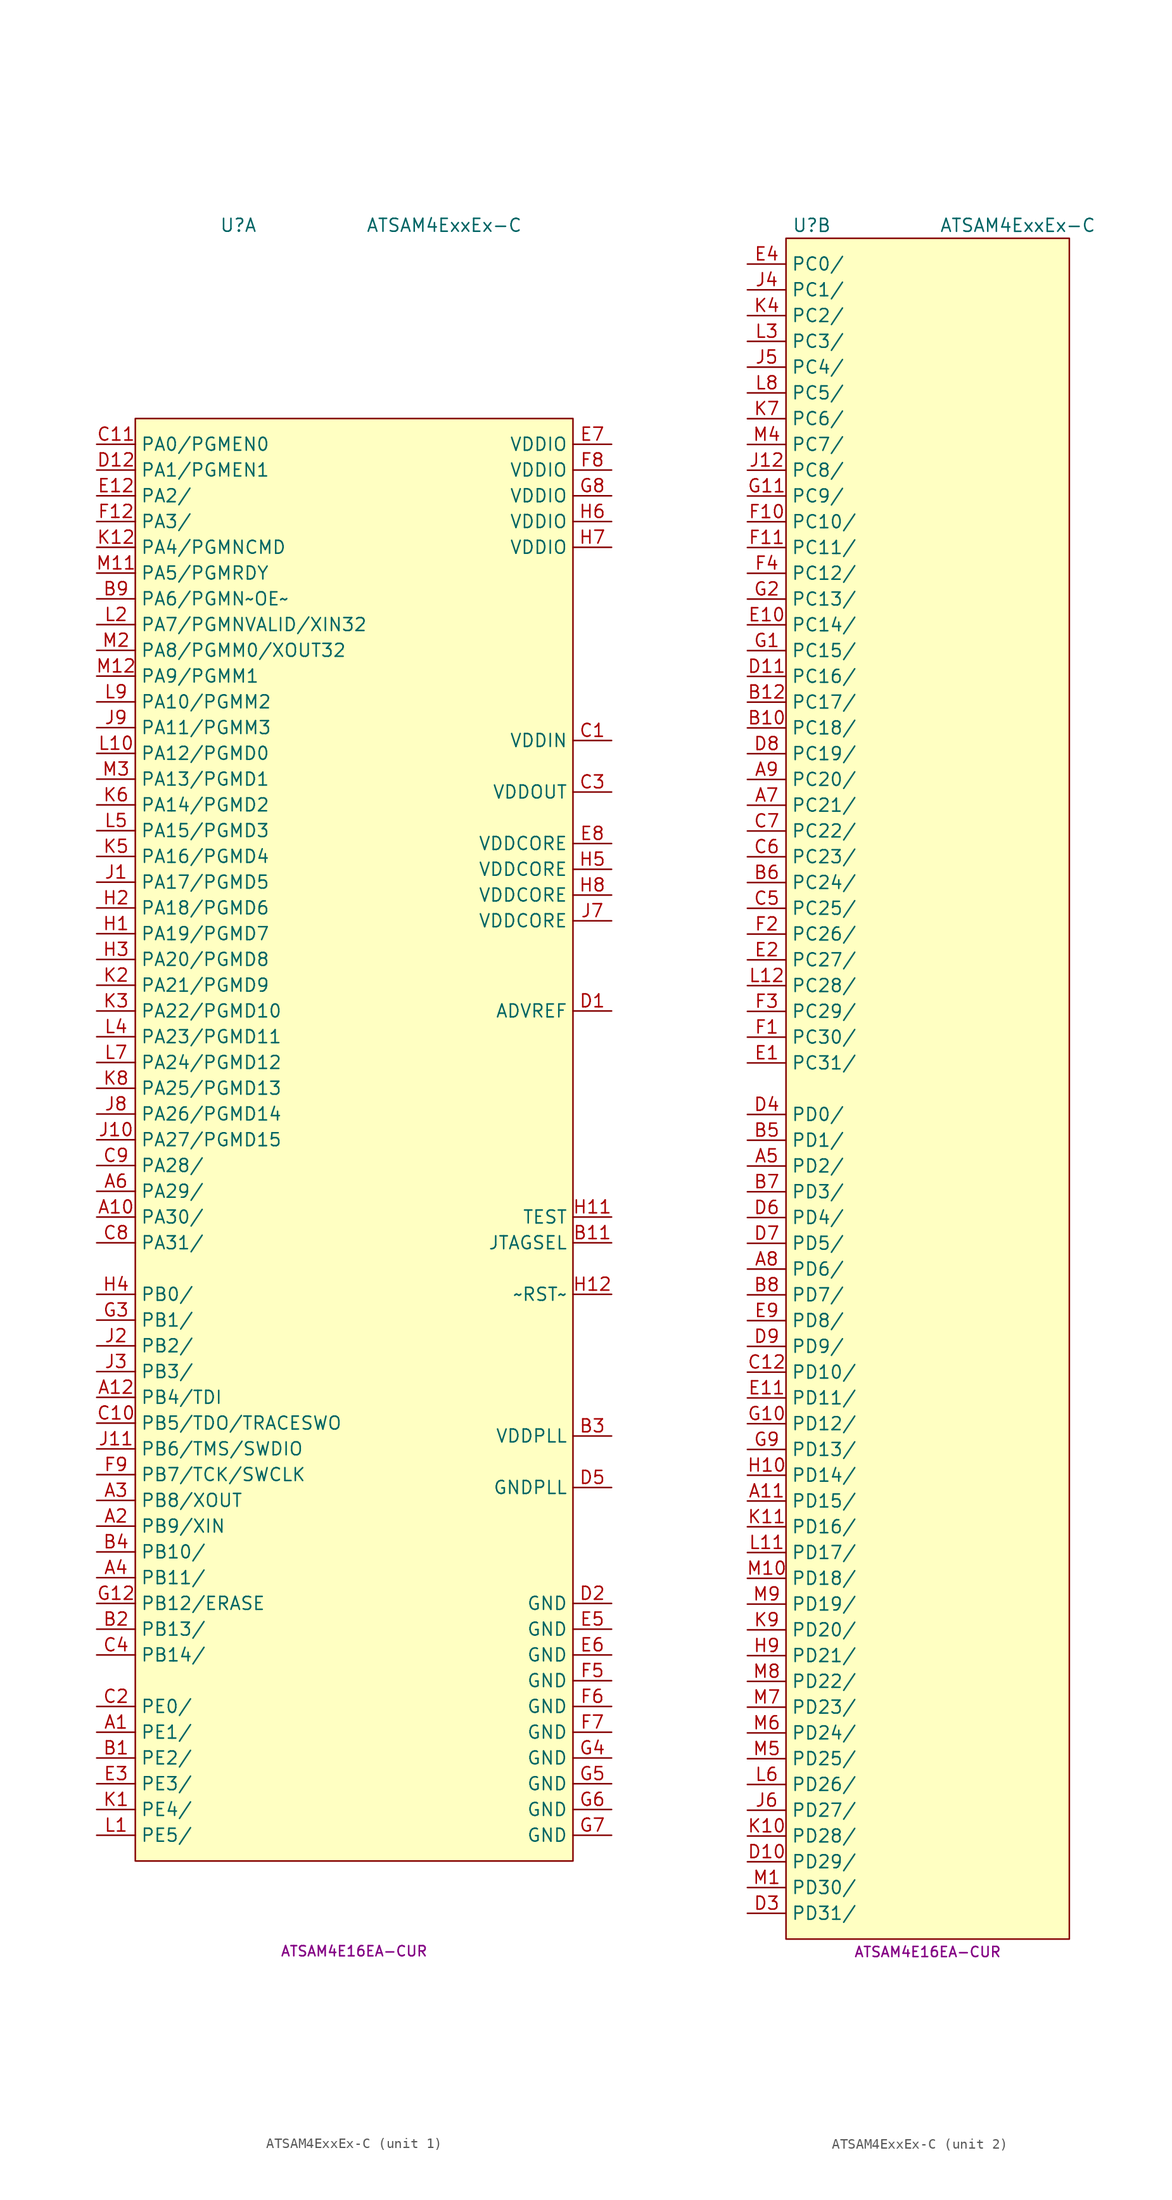
<source format=kicad_sym>
(kicad_symbol_lib
  (version 20231120)
  (generator "kicad_symbol_editor")
  (generator_version "8.0")
  (symbol "ATSAM4ExxEx-C"
    (property "Reference" "U"
      (at -11.43 85.09 0)
      (effects (font (size 1.27 1.27))))
    (property "Value" "ATSAM4ExxEx-C"
      (at 8.89 85.09 0)
      (effects (font (size 1.27 1.27))))
    (property "MPN" "ATSAM4E16EA-CUR"
      (at 0 -85.09 0)
      (effects (font (size 1 1))))
    (property "ki_locked" ""
      (at 0 0 0)
      (effects (font (size 1.27 1.27))))
    (symbol "ATSAM4ExxEx-C_1_1"
      (rectangle (start -21.59 -76.2) (end 21.59 66.04) (stroke (width 0.152) (type default)) (fill (type background)))
      (pin bidirectional line (at -25.4 -63.5 0) (length 3.81) (name "PE1/" (effects (font (size 1.27 1.27)))) (number "A1" (effects (font (size 1.27 1.27)))))
      (pin bidirectional line (at -25.4 -12.7 0) (length 3.81) (name "PA30/" (effects (font (size 1.27 1.27)))) (number "A10" (effects (font (size 1.27 1.27)))))
      (pin bidirectional line (at -25.4 -30.48 0) (length 3.81) (name "PB4/TDI" (effects (font (size 1.27 1.27)))) (number "A12" (effects (font (size 1.27 1.27)))))
      (pin bidirectional line (at -25.4 -43.18 0) (length 3.81) (name "PB9/XIN" (effects (font (size 1.27 1.27)))) (number "A2" (effects (font (size 1.27 1.27)))))
      (pin bidirectional line (at -25.4 -40.64 0) (length 3.81) (name "PB8/XOUT" (effects (font (size 1.27 1.27)))) (number "A3" (effects (font (size 1.27 1.27)))))
      (pin bidirectional line (at -25.4 -48.26 0) (length 3.81) (name "PB11/" (effects (font (size 1.27 1.27)))) (number "A4" (effects (font (size 1.27 1.27)))))
      (pin bidirectional line (at -25.4 -10.16 0) (length 3.81) (name "PA29/" (effects (font (size 1.27 1.27)))) (number "A6" (effects (font (size 1.27 1.27)))))
      (pin bidirectional line (at -25.4 -66.04 0) (length 3.81) (name "PE2/" (effects (font (size 1.27 1.27)))) (number "B1" (effects (font (size 1.27 1.27)))))
      (pin input line (at 25.4 -15.24 180) (length 3.81) (name "JTAGSEL" (effects (font (size 1.27 1.27)))) (number "B11" (effects (font (size 1.27 1.27)))))
      (pin bidirectional line (at -25.4 -53.34 0) (length 3.81) (name "PB13/" (effects (font (size 1.27 1.27)))) (number "B2" (effects (font (size 1.27 1.27)))))
      (pin power_in line (at 25.4 -34.29 180) (length 3.81) (name "VDDPLL" (effects (font (size 1.27 1.27)))) (number "B3" (effects (font (size 1.27 1.27)))))
      (pin bidirectional line (at -25.4 -45.72 0) (length 3.81) (name "PB10/" (effects (font (size 1.27 1.27)))) (number "B4" (effects (font (size 1.27 1.27)))))
      (pin bidirectional line (at -25.4 48.26 0) (length 3.81) (name "PA6/PGMN~OE~" (effects (font (size 1.27 1.27)))) (number "B9" (effects (font (size 1.27 1.27)))))
      (pin power_in line (at 25.4 34.29 180) (length 3.81) (name "VDDIN" (effects (font (size 1.27 1.27)))) (number "C1" (effects (font (size 1.27 1.27)))))
      (pin bidirectional line (at -25.4 -33.02 0) (length 3.81) (name "PB5/TDO/TRACESWO" (effects (font (size 1.27 1.27)))) (number "C10" (effects (font (size 1.27 1.27)))))
      (pin bidirectional line (at -25.4 63.5 0) (length 3.81) (name "PA0/PGMEN0" (effects (font (size 1.27 1.27)))) (number "C11" (effects (font (size 1.27 1.27)))))
      (pin bidirectional line (at -25.4 -60.96 0) (length 3.81) (name "PE0/" (effects (font (size 1.27 1.27)))) (number "C2" (effects (font (size 1.27 1.27)))))
      (pin power_out line (at 25.4 29.21 180) (length 3.81) (name "VDDOUT" (effects (font (size 1.27 1.27)))) (number "C3" (effects (font (size 1.27 1.27)))))
      (pin bidirectional line (at -25.4 -55.88 0) (length 3.81) (name "PB14/" (effects (font (size 1.27 1.27)))) (number "C4" (effects (font (size 1.27 1.27)))))
      (pin bidirectional line (at -25.4 -15.24 0) (length 3.81) (name "PA31/" (effects (font (size 1.27 1.27)))) (number "C8" (effects (font (size 1.27 1.27)))))
      (pin bidirectional line (at -25.4 -7.62 0) (length 3.81) (name "PA28/" (effects (font (size 1.27 1.27)))) (number "C9" (effects (font (size 1.27 1.27)))))
      (pin power_in line (at 25.4 7.62 180) (length 3.81) (name "ADVREF" (effects (font (size 1.27 1.27)))) (number "D1" (effects (font (size 1.27 1.27)))))
      (pin bidirectional line (at -25.4 60.96 0) (length 3.81) (name "PA1/PGMEN1" (effects (font (size 1.27 1.27)))) (number "D12" (effects (font (size 1.27 1.27)))))
      (pin power_in line (at 25.4 -50.8 180) (length 3.81) (name "GND" (effects (font (size 1.27 1.27)))) (number "D2" (effects (font (size 1.27 1.27)))))
      (pin power_in line (at 25.4 -39.37 180) (length 3.81) (name "GNDPLL" (effects (font (size 1.27 1.27)))) (number "D5" (effects (font (size 1.27 1.27)))))
      (pin bidirectional line (at -25.4 58.42 0) (length 3.81) (name "PA2/" (effects (font (size 1.27 1.27)))) (number "E12" (effects (font (size 1.27 1.27)))))
      (pin bidirectional line (at -25.4 -68.58 0) (length 3.81) (name "PE3/" (effects (font (size 1.27 1.27)))) (number "E3" (effects (font (size 1.27 1.27)))))
      (pin power_in line (at 25.4 -53.34 180) (length 3.81) (name "GND" (effects (font (size 1.27 1.27)))) (number "E5" (effects (font (size 1.27 1.27)))))
      (pin power_in line (at 25.4 -55.88 180) (length 3.81) (name "GND" (effects (font (size 1.27 1.27)))) (number "E6" (effects (font (size 1.27 1.27)))))
      (pin power_in line (at 25.4 63.5 180) (length 3.81) (name "VDDIO" (effects (font (size 1.27 1.27)))) (number "E7" (effects (font (size 1.27 1.27)))))
      (pin power_in line (at 25.4 24.13 180) (length 3.81) (name "VDDCORE" (effects (font (size 1.27 1.27)))) (number "E8" (effects (font (size 1.27 1.27)))))
      (pin bidirectional line (at -25.4 55.88 0) (length 3.81) (name "PA3/" (effects (font (size 1.27 1.27)))) (number "F12" (effects (font (size 1.27 1.27)))))
      (pin power_in line (at 25.4 -58.42 180) (length 3.81) (name "GND" (effects (font (size 1.27 1.27)))) (number "F5" (effects (font (size 1.27 1.27)))))
      (pin power_in line (at 25.4 -60.96 180) (length 3.81) (name "GND" (effects (font (size 1.27 1.27)))) (number "F6" (effects (font (size 1.27 1.27)))))
      (pin power_in line (at 25.4 -63.5 180) (length 3.81) (name "GND" (effects (font (size 1.27 1.27)))) (number "F7" (effects (font (size 1.27 1.27)))))
      (pin power_in line (at 25.4 60.96 180) (length 3.81) (name "VDDIO" (effects (font (size 1.27 1.27)))) (number "F8" (effects (font (size 1.27 1.27)))))
      (pin bidirectional line (at -25.4 -38.1 0) (length 3.81) (name "PB7/TCK/SWCLK" (effects (font (size 1.27 1.27)))) (number "F9" (effects (font (size 1.27 1.27)))))
      (pin bidirectional line (at -25.4 -50.8 0) (length 3.81) (name "PB12/ERASE" (effects (font (size 1.27 1.27)))) (number "G12" (effects (font (size 1.27 1.27)))))
      (pin bidirectional line (at -25.4 -22.86 0) (length 3.81) (name "PB1/" (effects (font (size 1.27 1.27)))) (number "G3" (effects (font (size 1.27 1.27)))))
      (pin power_in line (at 25.4 -66.04 180) (length 3.81) (name "GND" (effects (font (size 1.27 1.27)))) (number "G4" (effects (font (size 1.27 1.27)))))
      (pin power_in line (at 25.4 -68.58 180) (length 3.81) (name "GND" (effects (font (size 1.27 1.27)))) (number "G5" (effects (font (size 1.27 1.27)))))
      (pin power_in line (at 25.4 -71.12 180) (length 3.81) (name "GND" (effects (font (size 1.27 1.27)))) (number "G6" (effects (font (size 1.27 1.27)))))
      (pin power_in line (at 25.4 -73.66 180) (length 3.81) (name "GND" (effects (font (size 1.27 1.27)))) (number "G7" (effects (font (size 1.27 1.27)))))
      (pin power_in line (at 25.4 58.42 180) (length 3.81) (name "VDDIO" (effects (font (size 1.27 1.27)))) (number "G8" (effects (font (size 1.27 1.27)))))
      (pin bidirectional line (at -25.4 15.24 0) (length 3.81) (name "PA19/PGMD7" (effects (font (size 1.27 1.27)))) (number "H1" (effects (font (size 1.27 1.27)))))
      (pin input line (at 25.4 -12.7 180) (length 3.81) (name "TEST" (effects (font (size 1.27 1.27)))) (number "H11" (effects (font (size 1.27 1.27)))))
      (pin input line (at 25.4 -20.32 180) (length 3.81) (name "~RST~" (effects (font (size 1.27 1.27)))) (number "H12" (effects (font (size 1.27 1.27)))))
      (pin bidirectional line (at -25.4 17.78 0) (length 3.81) (name "PA18/PGMD6" (effects (font (size 1.27 1.27)))) (number "H2" (effects (font (size 1.27 1.27)))))
      (pin bidirectional line (at -25.4 12.7 0) (length 3.81) (name "PA20/PGMD8" (effects (font (size 1.27 1.27)))) (number "H3" (effects (font (size 1.27 1.27)))))
      (pin bidirectional line (at -25.4 -20.32 0) (length 3.81) (name "PB0/" (effects (font (size 1.27 1.27)))) (number "H4" (effects (font (size 1.27 1.27)))))
      (pin power_in line (at 25.4 21.59 180) (length 3.81) (name "VDDCORE" (effects (font (size 1.27 1.27)))) (number "H5" (effects (font (size 1.27 1.27)))))
      (pin power_in line (at 25.4 55.88 180) (length 3.81) (name "VDDIO" (effects (font (size 1.27 1.27)))) (number "H6" (effects (font (size 1.27 1.27)))))
      (pin power_in line (at 25.4 53.34 180) (length 3.81) (name "VDDIO" (effects (font (size 1.27 1.27)))) (number "H7" (effects (font (size 1.27 1.27)))))
      (pin power_in line (at 25.4 19.05 180) (length 3.81) (name "VDDCORE" (effects (font (size 1.27 1.27)))) (number "H8" (effects (font (size 1.27 1.27)))))
      (pin bidirectional line (at -25.4 20.32 0) (length 3.81) (name "PA17/PGMD5" (effects (font (size 1.27 1.27)))) (number "J1" (effects (font (size 1.27 1.27)))))
      (pin bidirectional line (at -25.4 -5.08 0) (length 3.81) (name "PA27/PGMD15" (effects (font (size 1.27 1.27)))) (number "J10" (effects (font (size 1.27 1.27)))))
      (pin bidirectional line (at -25.4 -35.56 0) (length 3.81) (name "PB6/TMS/SWDIO" (effects (font (size 1.27 1.27)))) (number "J11" (effects (font (size 1.27 1.27)))))
      (pin bidirectional line (at -25.4 -25.4 0) (length 3.81) (name "PB2/" (effects (font (size 1.27 1.27)))) (number "J2" (effects (font (size 1.27 1.27)))))
      (pin bidirectional line (at -25.4 -27.94 0) (length 3.81) (name "PB3/" (effects (font (size 1.27 1.27)))) (number "J3" (effects (font (size 1.27 1.27)))))
      (pin power_in line (at 25.4 16.51 180) (length 3.81) (name "VDDCORE" (effects (font (size 1.27 1.27)))) (number "J7" (effects (font (size 1.27 1.27)))))
      (pin bidirectional line (at -25.4 -2.54 0) (length 3.81) (name "PA26/PGMD14" (effects (font (size 1.27 1.27)))) (number "J8" (effects (font (size 1.27 1.27)))))
      (pin bidirectional line (at -25.4 35.56 0) (length 3.81) (name "PA11/PGMM3" (effects (font (size 1.27 1.27)))) (number "J9" (effects (font (size 1.27 1.27)))))
      (pin bidirectional line (at -25.4 -71.12 0) (length 3.81) (name "PE4/" (effects (font (size 1.27 1.27)))) (number "K1" (effects (font (size 1.27 1.27)))))
      (pin bidirectional line (at -25.4 53.34 0) (length 3.81) (name "PA4/PGMNCMD" (effects (font (size 1.27 1.27)))) (number "K12" (effects (font (size 1.27 1.27)))))
      (pin bidirectional line (at -25.4 10.16 0) (length 3.81) (name "PA21/PGMD9" (effects (font (size 1.27 1.27)))) (number "K2" (effects (font (size 1.27 1.27)))))
      (pin bidirectional line (at -25.4 7.62 0) (length 3.81) (name "PA22/PGMD10" (effects (font (size 1.27 1.27)))) (number "K3" (effects (font (size 1.27 1.27)))))
      (pin bidirectional line (at -25.4 22.86 0) (length 3.81) (name "PA16/PGMD4" (effects (font (size 1.27 1.27)))) (number "K5" (effects (font (size 1.27 1.27)))))
      (pin bidirectional line (at -25.4 27.94 0) (length 3.81) (name "PA14/PGMD2" (effects (font (size 1.27 1.27)))) (number "K6" (effects (font (size 1.27 1.27)))))
      (pin bidirectional line (at -25.4 0 0) (length 3.81) (name "PA25/PGMD13" (effects (font (size 1.27 1.27)))) (number "K8" (effects (font (size 1.27 1.27)))))
      (pin bidirectional line (at -25.4 -73.66 0) (length 3.81) (name "PE5/" (effects (font (size 1.27 1.27)))) (number "L1" (effects (font (size 1.27 1.27)))))
      (pin bidirectional line (at -25.4 33.02 0) (length 3.81) (name "PA12/PGMD0" (effects (font (size 1.27 1.27)))) (number "L10" (effects (font (size 1.27 1.27)))))
      (pin bidirectional line (at -25.4 45.72 0) (length 3.81) (name "PA7/PGMNVALID/XIN32" (effects (font (size 1.27 1.27)))) (number "L2" (effects (font (size 1.27 1.27)))))
      (pin bidirectional line (at -25.4 5.08 0) (length 3.81) (name "PA23/PGMD11" (effects (font (size 1.27 1.27)))) (number "L4" (effects (font (size 1.27 1.27)))))
      (pin bidirectional line (at -25.4 25.4 0) (length 3.81) (name "PA15/PGMD3" (effects (font (size 1.27 1.27)))) (number "L5" (effects (font (size 1.27 1.27)))))
      (pin bidirectional line (at -25.4 2.54 0) (length 3.81) (name "PA24/PGMD12" (effects (font (size 1.27 1.27)))) (number "L7" (effects (font (size 1.27 1.27)))))
      (pin bidirectional line (at -25.4 38.1 0) (length 3.81) (name "PA10/PGMM2" (effects (font (size 1.27 1.27)))) (number "L9" (effects (font (size 1.27 1.27)))))
      (pin bidirectional line (at -25.4 50.8 0) (length 3.81) (name "PA5/PGMRDY" (effects (font (size 1.27 1.27)))) (number "M11" (effects (font (size 1.27 1.27)))))
      (pin bidirectional line (at -25.4 40.64 0) (length 3.81) (name "PA9/PGMM1" (effects (font (size 1.27 1.27)))) (number "M12" (effects (font (size 1.27 1.27)))))
      (pin bidirectional line (at -25.4 43.18 0) (length 3.81) (name "PA8/PGMM0/XOUT32" (effects (font (size 1.27 1.27)))) (number "M2" (effects (font (size 1.27 1.27)))))
      (pin bidirectional line (at -25.4 30.48 0) (length 3.81) (name "PA13/PGMD1" (effects (font (size 1.27 1.27)))) (number "M3" (effects (font (size 1.27 1.27))))))
    (symbol "ATSAM4ExxEx-C_2_1"
      (rectangle (start -13.97 83.82) (end 13.97 -83.82) (stroke (width 0.152) (type default)) (fill (type background)))
      (pin bidirectional line (at -17.78 -40.64 0) (length 3.81) (name "PD15/" (effects (font (size 1.27 1.27)))) (number "A11" (effects (font (size 1.27 1.27)))))
      (pin bidirectional line (at -17.78 -7.62 0) (length 3.81) (name "PD2/" (effects (font (size 1.27 1.27)))) (number "A5" (effects (font (size 1.27 1.27)))))
      (pin bidirectional line (at -17.78 27.94 0) (length 3.81) (name "PC21/" (effects (font (size 1.27 1.27)))) (number "A7" (effects (font (size 1.27 1.27)))))
      (pin bidirectional line (at -17.78 -17.78 0) (length 3.81) (name "PD6/" (effects (font (size 1.27 1.27)))) (number "A8" (effects (font (size 1.27 1.27)))))
      (pin bidirectional line (at -17.78 30.48 0) (length 3.81) (name "PC20/" (effects (font (size 1.27 1.27)))) (number "A9" (effects (font (size 1.27 1.27)))))
      (pin bidirectional line (at -17.78 35.56 0) (length 3.81) (name "PC18/" (effects (font (size 1.27 1.27)))) (number "B10" (effects (font (size 1.27 1.27)))))
      (pin bidirectional line (at -17.78 38.1 0) (length 3.81) (name "PC17/" (effects (font (size 1.27 1.27)))) (number "B12" (effects (font (size 1.27 1.27)))))
      (pin bidirectional line (at -17.78 -5.08 0) (length 3.81) (name "PD1/" (effects (font (size 1.27 1.27)))) (number "B5" (effects (font (size 1.27 1.27)))))
      (pin bidirectional line (at -17.78 20.32 0) (length 3.81) (name "PC24/" (effects (font (size 1.27 1.27)))) (number "B6" (effects (font (size 1.27 1.27)))))
      (pin bidirectional line (at -17.78 -10.16 0) (length 3.81) (name "PD3/" (effects (font (size 1.27 1.27)))) (number "B7" (effects (font (size 1.27 1.27)))))
      (pin bidirectional line (at -17.78 -20.32 0) (length 3.81) (name "PD7/" (effects (font (size 1.27 1.27)))) (number "B8" (effects (font (size 1.27 1.27)))))
      (pin bidirectional line (at -17.78 -27.94 0) (length 3.81) (name "PD10/" (effects (font (size 1.27 1.27)))) (number "C12" (effects (font (size 1.27 1.27)))))
      (pin bidirectional line (at -17.78 17.78 0) (length 3.81) (name "PC25/" (effects (font (size 1.27 1.27)))) (number "C5" (effects (font (size 1.27 1.27)))))
      (pin bidirectional line (at -17.78 22.86 0) (length 3.81) (name "PC23/" (effects (font (size 1.27 1.27)))) (number "C6" (effects (font (size 1.27 1.27)))))
      (pin bidirectional line (at -17.78 25.4 0) (length 3.81) (name "PC22/" (effects (font (size 1.27 1.27)))) (number "C7" (effects (font (size 1.27 1.27)))))
      (pin bidirectional line (at -17.78 -76.2 0) (length 3.81) (name "PD29/" (effects (font (size 1.27 1.27)))) (number "D10" (effects (font (size 1.27 1.27)))))
      (pin bidirectional line (at -17.78 40.64 0) (length 3.81) (name "PC16/" (effects (font (size 1.27 1.27)))) (number "D11" (effects (font (size 1.27 1.27)))))
      (pin bidirectional line (at -17.78 -81.28 0) (length 3.81) (name "PD31/" (effects (font (size 1.27 1.27)))) (number "D3" (effects (font (size 1.27 1.27)))))
      (pin bidirectional line (at -17.78 -2.54 0) (length 3.81) (name "PD0/" (effects (font (size 1.27 1.27)))) (number "D4" (effects (font (size 1.27 1.27)))))
      (pin bidirectional line (at -17.78 -12.7 0) (length 3.81) (name "PD4/" (effects (font (size 1.27 1.27)))) (number "D6" (effects (font (size 1.27 1.27)))))
      (pin bidirectional line (at -17.78 -15.24 0) (length 3.81) (name "PD5/" (effects (font (size 1.27 1.27)))) (number "D7" (effects (font (size 1.27 1.27)))))
      (pin bidirectional line (at -17.78 33.02 0) (length 3.81) (name "PC19/" (effects (font (size 1.27 1.27)))) (number "D8" (effects (font (size 1.27 1.27)))))
      (pin bidirectional line (at -17.78 -25.4 0) (length 3.81) (name "PD9/" (effects (font (size 1.27 1.27)))) (number "D9" (effects (font (size 1.27 1.27)))))
      (pin bidirectional line (at -17.78 2.54 0) (length 3.81) (name "PC31/" (effects (font (size 1.27 1.27)))) (number "E1" (effects (font (size 1.27 1.27)))))
      (pin bidirectional line (at -17.78 45.72 0) (length 3.81) (name "PC14/" (effects (font (size 1.27 1.27)))) (number "E10" (effects (font (size 1.27 1.27)))))
      (pin bidirectional line (at -17.78 -30.48 0) (length 3.81) (name "PD11/" (effects (font (size 1.27 1.27)))) (number "E11" (effects (font (size 1.27 1.27)))))
      (pin bidirectional line (at -17.78 12.7 0) (length 3.81) (name "PC27/" (effects (font (size 1.27 1.27)))) (number "E2" (effects (font (size 1.27 1.27)))))
      (pin bidirectional line (at -17.78 81.28 0) (length 3.81) (name "PC0/" (effects (font (size 1.27 1.27)))) (number "E4" (effects (font (size 1.27 1.27)))))
      (pin bidirectional line (at -17.78 -22.86 0) (length 3.81) (name "PD8/" (effects (font (size 1.27 1.27)))) (number "E9" (effects (font (size 1.27 1.27)))))
      (pin bidirectional line (at -17.78 5.08 0) (length 3.81) (name "PC30/" (effects (font (size 1.27 1.27)))) (number "F1" (effects (font (size 1.27 1.27)))))
      (pin bidirectional line (at -17.78 55.88 0) (length 3.81) (name "PC10/" (effects (font (size 1.27 1.27)))) (number "F10" (effects (font (size 1.27 1.27)))))
      (pin bidirectional line (at -17.78 53.34 0) (length 3.81) (name "PC11/" (effects (font (size 1.27 1.27)))) (number "F11" (effects (font (size 1.27 1.27)))))
      (pin bidirectional line (at -17.78 15.24 0) (length 3.81) (name "PC26/" (effects (font (size 1.27 1.27)))) (number "F2" (effects (font (size 1.27 1.27)))))
      (pin bidirectional line (at -17.78 7.62 0) (length 3.81) (name "PC29/" (effects (font (size 1.27 1.27)))) (number "F3" (effects (font (size 1.27 1.27)))))
      (pin bidirectional line (at -17.78 50.8 0) (length 3.81) (name "PC12/" (effects (font (size 1.27 1.27)))) (number "F4" (effects (font (size 1.27 1.27)))))
      (pin bidirectional line (at -17.78 43.18 0) (length 3.81) (name "PC15/" (effects (font (size 1.27 1.27)))) (number "G1" (effects (font (size 1.27 1.27)))))
      (pin bidirectional line (at -17.78 -33.02 0) (length 3.81) (name "PD12/" (effects (font (size 1.27 1.27)))) (number "G10" (effects (font (size 1.27 1.27)))))
      (pin bidirectional line (at -17.78 58.42 0) (length 3.81) (name "PC9/" (effects (font (size 1.27 1.27)))) (number "G11" (effects (font (size 1.27 1.27)))))
      (pin bidirectional line (at -17.78 48.26 0) (length 3.81) (name "PC13/" (effects (font (size 1.27 1.27)))) (number "G2" (effects (font (size 1.27 1.27)))))
      (pin bidirectional line (at -17.78 -35.56 0) (length 3.81) (name "PD13/" (effects (font (size 1.27 1.27)))) (number "G9" (effects (font (size 1.27 1.27)))))
      (pin bidirectional line (at -17.78 -38.1 0) (length 3.81) (name "PD14/" (effects (font (size 1.27 1.27)))) (number "H10" (effects (font (size 1.27 1.27)))))
      (pin bidirectional line (at -17.78 -55.88 0) (length 3.81) (name "PD21/" (effects (font (size 1.27 1.27)))) (number "H9" (effects (font (size 1.27 1.27)))))
      (pin bidirectional line (at -17.78 60.96 0) (length 3.81) (name "PC8/" (effects (font (size 1.27 1.27)))) (number "J12" (effects (font (size 1.27 1.27)))))
      (pin bidirectional line (at -17.78 78.74 0) (length 3.81) (name "PC1/" (effects (font (size 1.27 1.27)))) (number "J4" (effects (font (size 1.27 1.27)))))
      (pin bidirectional line (at -17.78 71.12 0) (length 3.81) (name "PC4/" (effects (font (size 1.27 1.27)))) (number "J5" (effects (font (size 1.27 1.27)))))
      (pin bidirectional line (at -17.78 -71.12 0) (length 3.81) (name "PD27/" (effects (font (size 1.27 1.27)))) (number "J6" (effects (font (size 1.27 1.27)))))
      (pin bidirectional line (at -17.78 -73.66 0) (length 3.81) (name "PD28/" (effects (font (size 1.27 1.27)))) (number "K10" (effects (font (size 1.27 1.27)))))
      (pin bidirectional line (at -17.78 -43.18 0) (length 3.81) (name "PD16/" (effects (font (size 1.27 1.27)))) (number "K11" (effects (font (size 1.27 1.27)))))
      (pin bidirectional line (at -17.78 76.2 0) (length 3.81) (name "PC2/" (effects (font (size 1.27 1.27)))) (number "K4" (effects (font (size 1.27 1.27)))))
      (pin bidirectional line (at -17.78 66.04 0) (length 3.81) (name "PC6/" (effects (font (size 1.27 1.27)))) (number "K7" (effects (font (size 1.27 1.27)))))
      (pin bidirectional line (at -17.78 -53.34 0) (length 3.81) (name "PD20/" (effects (font (size 1.27 1.27)))) (number "K9" (effects (font (size 1.27 1.27)))))
      (pin bidirectional line (at -17.78 -45.72 0) (length 3.81) (name "PD17/" (effects (font (size 1.27 1.27)))) (number "L11" (effects (font (size 1.27 1.27)))))
      (pin bidirectional line (at -17.78 10.16 0) (length 3.81) (name "PC28/" (effects (font (size 1.27 1.27)))) (number "L12" (effects (font (size 1.27 1.27)))))
      (pin bidirectional line (at -17.78 73.66 0) (length 3.81) (name "PC3/" (effects (font (size 1.27 1.27)))) (number "L3" (effects (font (size 1.27 1.27)))))
      (pin bidirectional line (at -17.78 -68.58 0) (length 3.81) (name "PD26/" (effects (font (size 1.27 1.27)))) (number "L6" (effects (font (size 1.27 1.27)))))
      (pin bidirectional line (at -17.78 68.58 0) (length 3.81) (name "PC5/" (effects (font (size 1.27 1.27)))) (number "L8" (effects (font (size 1.27 1.27)))))
      (pin bidirectional line (at -17.78 -78.74 0) (length 3.81) (name "PD30/" (effects (font (size 1.27 1.27)))) (number "M1" (effects (font (size 1.27 1.27)))))
      (pin bidirectional line (at -17.78 -48.26 0) (length 3.81) (name "PD18/" (effects (font (size 1.27 1.27)))) (number "M10" (effects (font (size 1.27 1.27)))))
      (pin bidirectional line (at -17.78 63.5 0) (length 3.81) (name "PC7/" (effects (font (size 1.27 1.27)))) (number "M4" (effects (font (size 1.27 1.27)))))
      (pin bidirectional line (at -17.78 -66.04 0) (length 3.81) (name "PD25/" (effects (font (size 1.27 1.27)))) (number "M5" (effects (font (size 1.27 1.27)))))
      (pin bidirectional line (at -17.78 -63.5 0) (length 3.81) (name "PD24/" (effects (font (size 1.27 1.27)))) (number "M6" (effects (font (size 1.27 1.27)))))
      (pin bidirectional line (at -17.78 -60.96 0) (length 3.81) (name "PD23/" (effects (font (size 1.27 1.27)))) (number "M7" (effects (font (size 1.27 1.27)))))
      (pin bidirectional line (at -17.78 -58.42 0) (length 3.81) (name "PD22/" (effects (font (size 1.27 1.27)))) (number "M8" (effects (font (size 1.27 1.27)))))
      (pin bidirectional line (at -17.78 -50.8 0) (length 3.81) (name "PD19/" (effects (font (size 1.27 1.27)))) (number "M9" (effects (font (size 1.27 1.27))))))))
</source>
